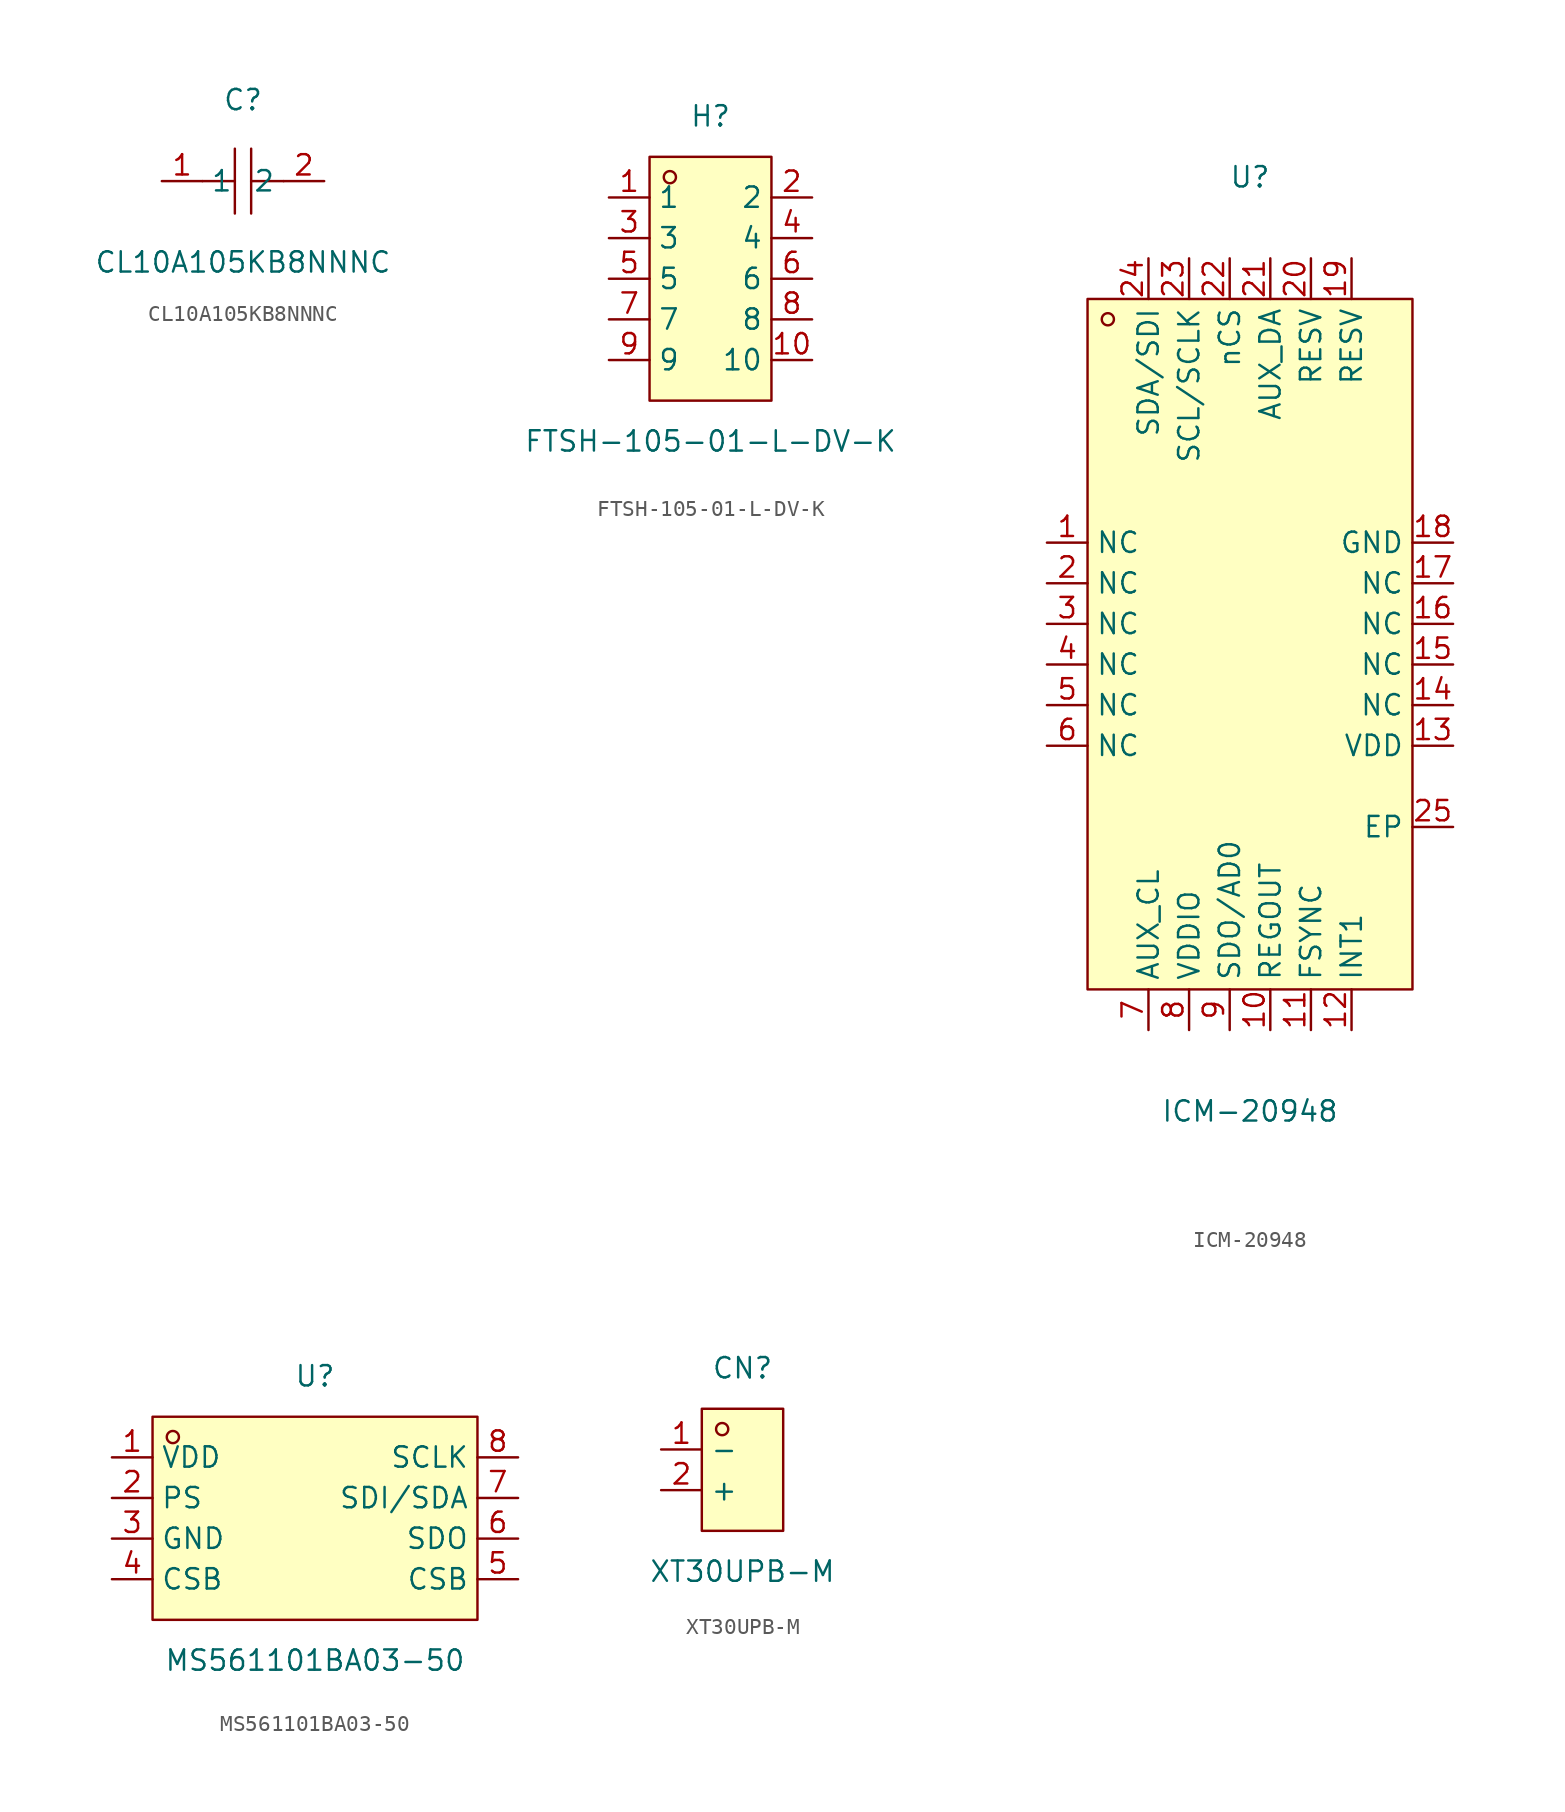
<source format=kicad_sym>
(kicad_symbol_lib
  (version 20211014)
  (generator https://github.com/uPesy/easyeda2kicad.py)
  (symbol "CL10A105KB8NNNC"
    (property "Reference" "C"
      (at 0 5.08 0)
      (effects (font (size 1.27 1.27))))
    (property "Value" "CL10A105KB8NNNC"
      (at 0 -5.08 0)
      (effects (font (size 1.27 1.27))))
    (symbol "CL10A105KB8NNNC_0_1"
      (polyline (pts (xy -0.51 -0.00) (xy -2.54 -0.00)) (stroke (width 0) (type default) (color 0 0 0 0)) (fill (type none)))
      (polyline (pts (xy 0.51 2.03) (xy 0.51 -2.03)) (stroke (width 0) (type default) (color 0 0 0 0)) (fill (type none)))
      (polyline (pts (xy 2.54 -0.00) (xy 0.51 -0.00)) (stroke (width 0) (type default) (color 0 0 0 0)) (fill (type none)))
      (polyline (pts (xy -0.51 -2.03) (xy -0.51 2.03)) (stroke (width 0) (type default) (color 0 0 0 0)) (fill (type none)))
      (pin unspecified line (at 5.08 -0.00 180) (length 2.54) (name "2" (effects (font (size 1.27 1.27)))) (number "2" (effects (font (size 1.27 1.27)))))
      (pin unspecified line (at -5.08 -0.00 0) (length 2.54) (name "1" (effects (font (size 1.27 1.27)))) (number "1" (effects (font (size 1.27 1.27)))))))
  (symbol "FTSH-105-01-L-DV-K"
    (property "Reference" "H"
      (at 0 10.16 0)
      (effects (font (size 1.27 1.27))))
    (property "Value" "FTSH-105-01-L-DV-K"
      (at 0 -10.16 0)
      (effects (font (size 1.27 1.27))))
    (symbol "FTSH-105-01-L-DV-K_0_1"
      (rectangle (start -3.81 7.62) (end 3.81 -7.62) (stroke (width 0) (type default) (color 0 0 0 0)) (fill (type background)))
      (circle (center -2.54 6.35) (radius 0.38) (stroke (width 0) (type default) (color 0 0 0 0)) (fill (type none)))
      (pin unspecified line (at -6.35 5.08 0) (length 2.54) (name "1" (effects (font (size 1.27 1.27)))) (number "1" (effects (font (size 1.27 1.27)))))
      (pin unspecified line (at 6.35 -5.08 180) (length 2.54) (name "10" (effects (font (size 1.27 1.27)))) (number "10" (effects (font (size 1.27 1.27)))))
      (pin unspecified line (at -6.35 2.54 0) (length 2.54) (name "3" (effects (font (size 1.27 1.27)))) (number "3" (effects (font (size 1.27 1.27)))))
      (pin unspecified line (at 6.35 -2.54 180) (length 2.54) (name "8" (effects (font (size 1.27 1.27)))) (number "8" (effects (font (size 1.27 1.27)))))
      (pin unspecified line (at -6.35 -0.00 0) (length 2.54) (name "5" (effects (font (size 1.27 1.27)))) (number "5" (effects (font (size 1.27 1.27)))))
      (pin unspecified line (at 6.35 -0.00 180) (length 2.54) (name "6" (effects (font (size 1.27 1.27)))) (number "6" (effects (font (size 1.27 1.27)))))
      (pin unspecified line (at -6.35 -2.54 0) (length 2.54) (name "7" (effects (font (size 1.27 1.27)))) (number "7" (effects (font (size 1.27 1.27)))))
      (pin unspecified line (at 6.35 2.54 180) (length 2.54) (name "4" (effects (font (size 1.27 1.27)))) (number "4" (effects (font (size 1.27 1.27)))))
      (pin unspecified line (at -6.35 -5.08 0) (length 2.54) (name "9" (effects (font (size 1.27 1.27)))) (number "9" (effects (font (size 1.27 1.27)))))
      (pin unspecified line (at 6.35 5.08 180) (length 2.54) (name "2" (effects (font (size 1.27 1.27)))) (number "2" (effects (font (size 1.27 1.27)))))))
  (symbol "ICM-20948"
    (property "Reference" "U"
      (at 0 29.21 0)
      (effects (font (size 1.27 1.27))))
    (property "Value" "ICM-20948"
      (at 0 -29.21 0)
      (effects (font (size 1.27 1.27))))
    (symbol "ICM-20948_0_1"
      (rectangle (start -10.16 21.59) (end 10.16 -21.59) (stroke (width 0) (type default) (color 0 0 0 0)) (fill (type background)))
      (circle (center -8.89 20.32) (radius 0.38) (stroke (width 0) (type default) (color 0 0 0 0)) (fill (type none)))
      (pin unspecified line (at -12.70 6.35 0) (length 2.54) (name "NC" (effects (font (size 1.27 1.27)))) (number "1" (effects (font (size 1.27 1.27)))))
      (pin unspecified line (at -12.70 3.81 0) (length 2.54) (name "NC" (effects (font (size 1.27 1.27)))) (number "2" (effects (font (size 1.27 1.27)))))
      (pin unspecified line (at -12.70 1.27 0) (length 2.54) (name "NC" (effects (font (size 1.27 1.27)))) (number "3" (effects (font (size 1.27 1.27)))))
      (pin unspecified line (at -12.70 -1.27 0) (length 2.54) (name "NC" (effects (font (size 1.27 1.27)))) (number "4" (effects (font (size 1.27 1.27)))))
      (pin unspecified line (at -12.70 -3.81 0) (length 2.54) (name "NC" (effects (font (size 1.27 1.27)))) (number "5" (effects (font (size 1.27 1.27)))))
      (pin unspecified line (at -12.70 -6.35 0) (length 2.54) (name "NC" (effects (font (size 1.27 1.27)))) (number "6" (effects (font (size 1.27 1.27)))))
      (pin unspecified line (at -6.35 -24.13 90) (length 2.54) (name "AUX_CL" (effects (font (size 1.27 1.27)))) (number "7" (effects (font (size 1.27 1.27)))))
      (pin unspecified line (at -3.81 -24.13 90) (length 2.54) (name "VDDIO" (effects (font (size 1.27 1.27)))) (number "8" (effects (font (size 1.27 1.27)))))
      (pin unspecified line (at -1.27 -24.13 90) (length 2.54) (name "SDO/AD0" (effects (font (size 1.27 1.27)))) (number "9" (effects (font (size 1.27 1.27)))))
      (pin unspecified line (at 1.27 -24.13 90) (length 2.54) (name "REGOUT" (effects (font (size 1.27 1.27)))) (number "10" (effects (font (size 1.27 1.27)))))
      (pin unspecified line (at 3.81 -24.13 90) (length 2.54) (name "FSYNC" (effects (font (size 1.27 1.27)))) (number "11" (effects (font (size 1.27 1.27)))))
      (pin unspecified line (at 6.35 -24.13 90) (length 2.54) (name "INT1" (effects (font (size 1.27 1.27)))) (number "12" (effects (font (size 1.27 1.27)))))
      (pin unspecified line (at 12.70 -6.35 180) (length 2.54) (name "VDD" (effects (font (size 1.27 1.27)))) (number "13" (effects (font (size 1.27 1.27)))))
      (pin unspecified line (at 12.70 -3.81 180) (length 2.54) (name "NC" (effects (font (size 1.27 1.27)))) (number "14" (effects (font (size 1.27 1.27)))))
      (pin unspecified line (at 12.70 -1.27 180) (length 2.54) (name "NC" (effects (font (size 1.27 1.27)))) (number "15" (effects (font (size 1.27 1.27)))))
      (pin unspecified line (at 12.70 1.27 180) (length 2.54) (name "NC" (effects (font (size 1.27 1.27)))) (number "16" (effects (font (size 1.27 1.27)))))
      (pin unspecified line (at 12.70 3.81 180) (length 2.54) (name "NC" (effects (font (size 1.27 1.27)))) (number "17" (effects (font (size 1.27 1.27)))))
      (pin unspecified line (at 12.70 6.35 180) (length 2.54) (name "GND" (effects (font (size 1.27 1.27)))) (number "18" (effects (font (size 1.27 1.27)))))
      (pin unspecified line (at 6.35 24.13 270) (length 2.54) (name "RESV" (effects (font (size 1.27 1.27)))) (number "19" (effects (font (size 1.27 1.27)))))
      (pin unspecified line (at 3.81 24.13 270) (length 2.54) (name "RESV" (effects (font (size 1.27 1.27)))) (number "20" (effects (font (size 1.27 1.27)))))
      (pin unspecified line (at 1.27 24.13 270) (length 2.54) (name "AUX_DA" (effects (font (size 1.27 1.27)))) (number "21" (effects (font (size 1.27 1.27)))))
      (pin unspecified line (at -1.27 24.13 270) (length 2.54) (name "nCS" (effects (font (size 1.27 1.27)))) (number "22" (effects (font (size 1.27 1.27)))))
      (pin unspecified line (at -3.81 24.13 270) (length 2.54) (name "SCL/SCLK" (effects (font (size 1.27 1.27)))) (number "23" (effects (font (size 1.27 1.27)))))
      (pin unspecified line (at -6.35 24.13 270) (length 2.54) (name "SDA/SDI" (effects (font (size 1.27 1.27)))) (number "24" (effects (font (size 1.27 1.27)))))
      (pin unspecified line (at 12.70 -11.43 180) (length 2.54) (name "EP" (effects (font (size 1.27 1.27)))) (number "25" (effects (font (size 1.27 1.27)))))))
  (symbol "MS561101BA03-50"
    (property "Reference" "U"
      (at 0 8.89 0)
      (effects (font (size 1.27 1.27))))
    (property "Value" "MS561101BA03-50"
      (at 0 -8.89 0)
      (effects (font (size 1.27 1.27))))
    (symbol "MS561101BA03-50_0_1"
      (rectangle (start -10.16 6.35) (end 10.16 -6.35) (stroke (width 0) (type default) (color 0 0 0 0)) (fill (type background)))
      (circle (center -8.89 5.08) (radius 0.38) (stroke (width 0) (type default) (color 0 0 0 0)) (fill (type none)))
      (pin unspecified line (at -12.70 3.81 0) (length 2.54) (name "VDD" (effects (font (size 1.27 1.27)))) (number "1" (effects (font (size 1.27 1.27)))))
      (pin unspecified line (at -12.70 1.27 0) (length 2.54) (name "PS" (effects (font (size 1.27 1.27)))) (number "2" (effects (font (size 1.27 1.27)))))
      (pin unspecified line (at -12.70 -1.27 0) (length 2.54) (name "GND" (effects (font (size 1.27 1.27)))) (number "3" (effects (font (size 1.27 1.27)))))
      (pin unspecified line (at -12.70 -3.81 0) (length 2.54) (name "CSB" (effects (font (size 1.27 1.27)))) (number "4" (effects (font (size 1.27 1.27)))))
      (pin unspecified line (at 12.70 -3.81 180) (length 2.54) (name "CSB" (effects (font (size 1.27 1.27)))) (number "5" (effects (font (size 1.27 1.27)))))
      (pin unspecified line (at 12.70 -1.27 180) (length 2.54) (name "SDO" (effects (font (size 1.27 1.27)))) (number "6" (effects (font (size 1.27 1.27)))))
      (pin unspecified line (at 12.70 1.27 180) (length 2.54) (name "SDI/SDA" (effects (font (size 1.27 1.27)))) (number "7" (effects (font (size 1.27 1.27)))))
      (pin unspecified line (at 12.70 3.81 180) (length 2.54) (name "SCLK" (effects (font (size 1.27 1.27)))) (number "8" (effects (font (size 1.27 1.27)))))))
  (symbol "XT30UPB-M"
    (property "Reference" "CN"
      (at 0 6.35 0)
      (effects (font (size 1.27 1.27))))
    (property "Value" "XT30UPB-M"
      (at 0 -6.35 0)
      (effects (font (size 1.27 1.27))))
    (symbol "XT30UPB-M_0_1"
      (rectangle (start -2.54 3.81) (end 2.54 -3.81) (stroke (width 0) (type default) (color 0 0 0 0)) (fill (type background)))
      (circle (center -1.27 2.54) (radius 0.38) (stroke (width 0) (type default) (color 0 0 0 0)) (fill (type none)))
      (pin unspecified line (at -5.08 1.27 0) (length 2.54) (name "-" (effects (font (size 1.27 1.27)))) (number "1" (effects (font (size 1.27 1.27)))))
      (pin unspecified line (at -5.08 -1.27 0) (length 2.54) (name "+" (effects (font (size 1.27 1.27)))) (number "2" (effects (font (size 1.27 1.27))))))))
</source>
